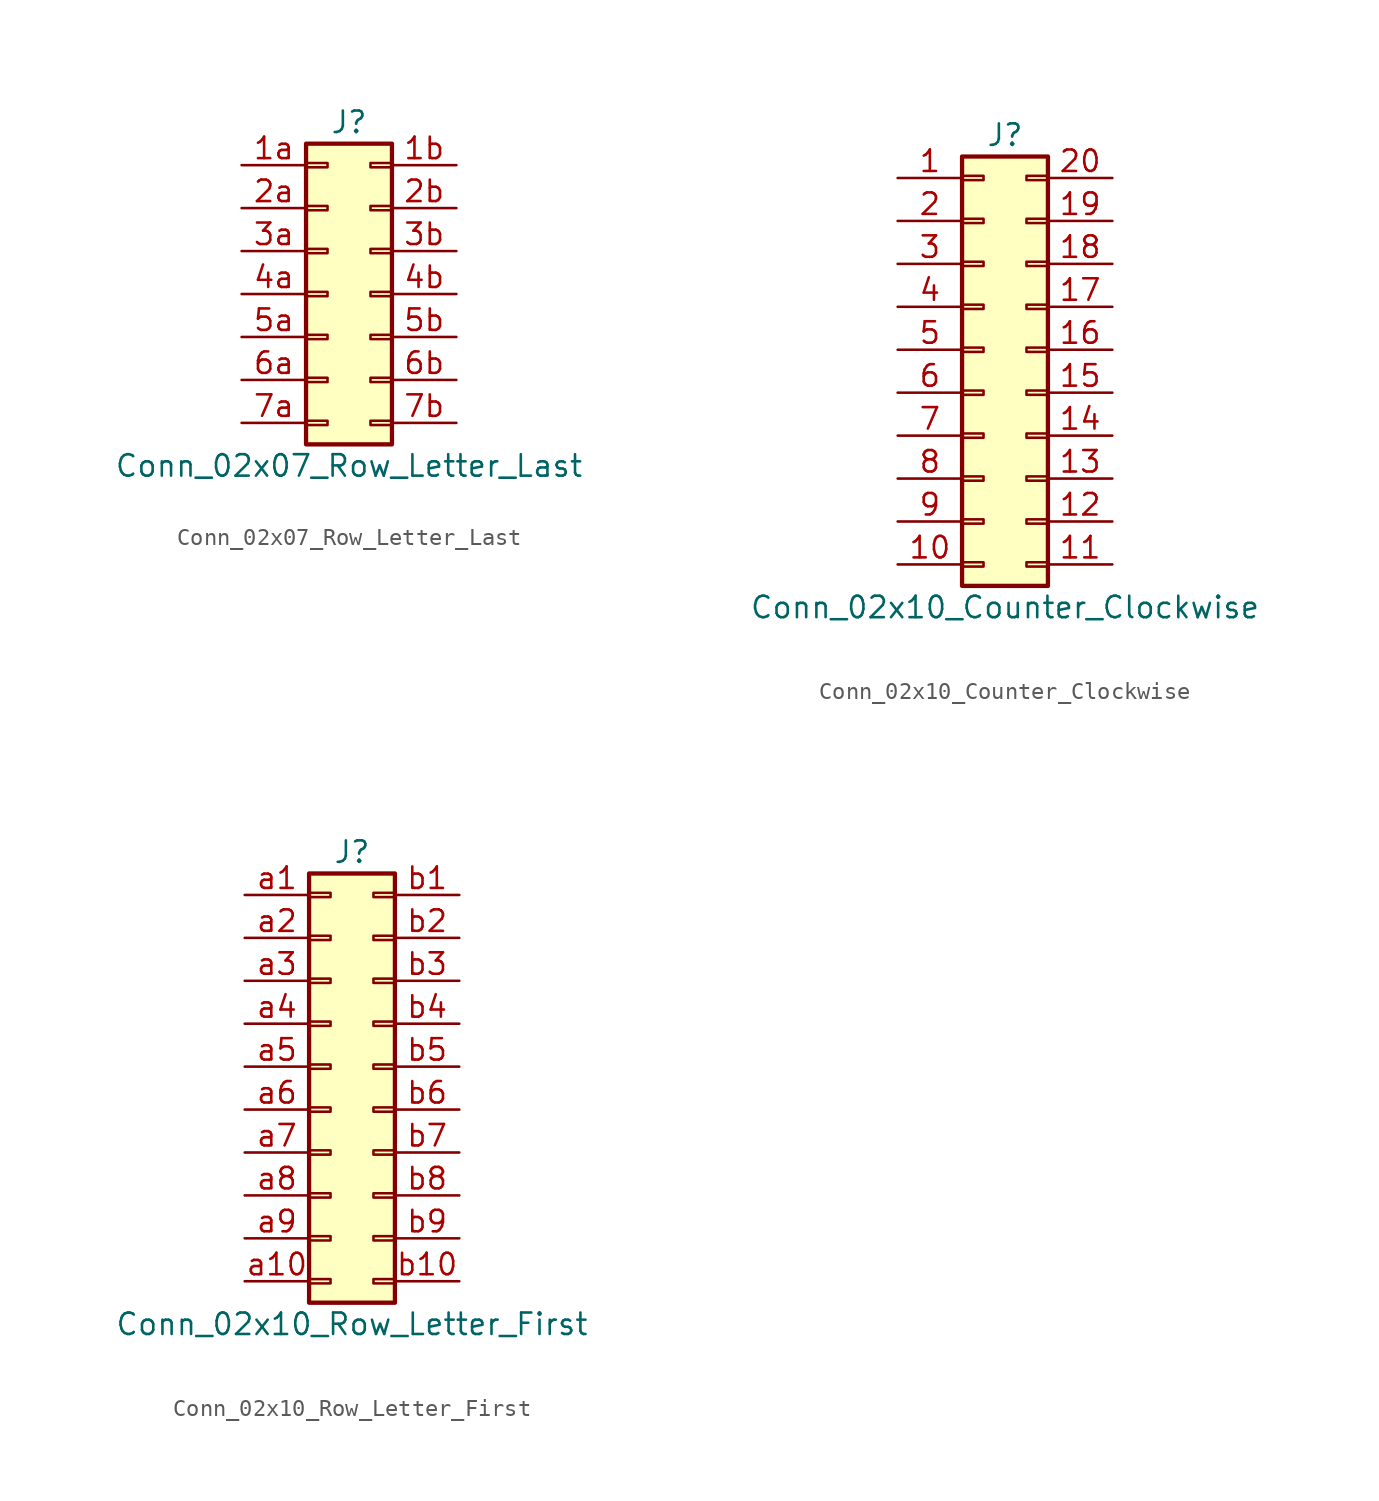
<source format=kicad_sym>
(kicad_symbol_lib
  (version 20201005)
  (generator kicad_symbol_editor)
  (symbol "Conn_02x07_Row_Letter_Last"
    (pin_names
      (offset 1.016) hide)
    (property "Reference" "J"
      (at 1.27 10.16 0)
      (effects (font (size 1.27 1.27))))
    (property "Value" "Conn_02x07_Row_Letter_Last"
      (at 1.27 -10.16 0)
      (effects (font (size 1.27 1.27))))
    (symbol "Conn_02x07_Row_Letter_Last_1_1"
      (rectangle (start -1.27 -7.493) (end 0 -7.747) (stroke (width 0.152)) (fill (type none)))
      (rectangle (start -1.27 -4.953) (end 0 -5.207) (stroke (width 0.152)) (fill (type none)))
      (rectangle (start -1.27 -2.413) (end 0 -2.667) (stroke (width 0.152)) (fill (type none)))
      (rectangle (start -1.27 0.127) (end 0 -0.127) (stroke (width 0.152)) (fill (type none)))
      (rectangle (start -1.27 2.667) (end 0 2.413) (stroke (width 0.152)) (fill (type none)))
      (rectangle (start -1.27 5.207) (end 0 4.953) (stroke (width 0.152)) (fill (type none)))
      (rectangle (start -1.27 7.747) (end 0 7.493) (stroke (width 0.152)) (fill (type none)))
      (rectangle (start -1.27 8.89) (end 3.81 -8.89) (stroke (width 0.254)) (fill (type background)))
      (rectangle (start 3.81 -7.493) (end 2.54 -7.747) (stroke (width 0.152)) (fill (type none)))
      (rectangle (start 3.81 -4.953) (end 2.54 -5.207) (stroke (width 0.152)) (fill (type none)))
      (rectangle (start 3.81 -2.413) (end 2.54 -2.667) (stroke (width 0.152)) (fill (type none)))
      (rectangle (start 3.81 0.127) (end 2.54 -0.127) (stroke (width 0.152)) (fill (type none)))
      (rectangle (start 3.81 2.667) (end 2.54 2.413) (stroke (width 0.152)) (fill (type none)))
      (rectangle (start 3.81 5.207) (end 2.54 4.953) (stroke (width 0.152)) (fill (type none)))
      (rectangle (start 3.81 7.747) (end 2.54 7.493) (stroke (width 0.152)) (fill (type none)))
      (pin passive line (at -5.08 7.62 0) (length 3.81) (name "Pin_1a" (effects (font (size 1.27 1.27)))) (number "1a" (effects (font (size 1.27 1.27)))))
      (pin passive line (at 7.62 7.62 180) (length 3.81) (name "Pin_1b" (effects (font (size 1.27 1.27)))) (number "1b" (effects (font (size 1.27 1.27)))))
      (pin passive line (at -5.08 5.08 0) (length 3.81) (name "Pin_2a" (effects (font (size 1.27 1.27)))) (number "2a" (effects (font (size 1.27 1.27)))))
      (pin passive line (at 7.62 5.08 180) (length 3.81) (name "Pin_2b" (effects (font (size 1.27 1.27)))) (number "2b" (effects (font (size 1.27 1.27)))))
      (pin passive line (at -5.08 2.54 0) (length 3.81) (name "Pin_3a" (effects (font (size 1.27 1.27)))) (number "3a" (effects (font (size 1.27 1.27)))))
      (pin passive line (at 7.62 2.54 180) (length 3.81) (name "Pin_3b" (effects (font (size 1.27 1.27)))) (number "3b" (effects (font (size 1.27 1.27)))))
      (pin passive line (at -5.08 0 0) (length 3.81) (name "Pin_4a" (effects (font (size 1.27 1.27)))) (number "4a" (effects (font (size 1.27 1.27)))))
      (pin passive line (at 7.62 0 180) (length 3.81) (name "Pin_4b" (effects (font (size 1.27 1.27)))) (number "4b" (effects (font (size 1.27 1.27)))))
      (pin passive line (at -5.08 -2.54 0) (length 3.81) (name "Pin_5a" (effects (font (size 1.27 1.27)))) (number "5a" (effects (font (size 1.27 1.27)))))
      (pin passive line (at 7.62 -2.54 180) (length 3.81) (name "Pin_5b" (effects (font (size 1.27 1.27)))) (number "5b" (effects (font (size 1.27 1.27)))))
      (pin passive line (at -5.08 -5.08 0) (length 3.81) (name "Pin_6a" (effects (font (size 1.27 1.27)))) (number "6a" (effects (font (size 1.27 1.27)))))
      (pin passive line (at 7.62 -5.08 180) (length 3.81) (name "Pin_6b" (effects (font (size 1.27 1.27)))) (number "6b" (effects (font (size 1.27 1.27)))))
      (pin passive line (at -5.08 -7.62 0) (length 3.81) (name "Pin_7a" (effects (font (size 1.27 1.27)))) (number "7a" (effects (font (size 1.27 1.27)))))
      (pin passive line (at 7.62 -7.62 180) (length 3.81) (name "Pin_7b" (effects (font (size 1.27 1.27)))) (number "7b" (effects (font (size 1.27 1.27)))))))
  (symbol "Conn_02x10_Counter_Clockwise"
    (pin_names
      (offset 1.016) hide)
    (property "Reference" "J"
      (at 1.27 12.7 0)
      (effects (font (size 1.27 1.27))))
    (property "Value" "Conn_02x10_Counter_Clockwise"
      (at 1.27 -15.24 0)
      (effects (font (size 1.27 1.27))))
    (symbol "Conn_02x10_Counter_Clockwise_1_1"
      (rectangle (start -1.27 -12.573) (end 0 -12.827) (stroke (width 0.152)) (fill (type none)))
      (rectangle (start -1.27 -10.033) (end 0 -10.287) (stroke (width 0.152)) (fill (type none)))
      (rectangle (start -1.27 -7.493) (end 0 -7.747) (stroke (width 0.152)) (fill (type none)))
      (rectangle (start -1.27 -4.953) (end 0 -5.207) (stroke (width 0.152)) (fill (type none)))
      (rectangle (start -1.27 -2.413) (end 0 -2.667) (stroke (width 0.152)) (fill (type none)))
      (rectangle (start -1.27 0.127) (end 0 -0.127) (stroke (width 0.152)) (fill (type none)))
      (rectangle (start -1.27 2.667) (end 0 2.413) (stroke (width 0.152)) (fill (type none)))
      (rectangle (start -1.27 5.207) (end 0 4.953) (stroke (width 0.152)) (fill (type none)))
      (rectangle (start -1.27 7.747) (end 0 7.493) (stroke (width 0.152)) (fill (type none)))
      (rectangle (start -1.27 10.287) (end 0 10.033) (stroke (width 0.152)) (fill (type none)))
      (rectangle (start -1.27 11.43) (end 3.81 -13.97) (stroke (width 0.254)) (fill (type background)))
      (rectangle (start 3.81 -12.573) (end 2.54 -12.827) (stroke (width 0.152)) (fill (type none)))
      (rectangle (start 3.81 -10.033) (end 2.54 -10.287) (stroke (width 0.152)) (fill (type none)))
      (rectangle (start 3.81 -7.493) (end 2.54 -7.747) (stroke (width 0.152)) (fill (type none)))
      (rectangle (start 3.81 -4.953) (end 2.54 -5.207) (stroke (width 0.152)) (fill (type none)))
      (rectangle (start 3.81 -2.413) (end 2.54 -2.667) (stroke (width 0.152)) (fill (type none)))
      (rectangle (start 3.81 0.127) (end 2.54 -0.127) (stroke (width 0.152)) (fill (type none)))
      (rectangle (start 3.81 2.667) (end 2.54 2.413) (stroke (width 0.152)) (fill (type none)))
      (rectangle (start 3.81 5.207) (end 2.54 4.953) (stroke (width 0.152)) (fill (type none)))
      (rectangle (start 3.81 7.747) (end 2.54 7.493) (stroke (width 0.152)) (fill (type none)))
      (rectangle (start 3.81 10.287) (end 2.54 10.033) (stroke (width 0.152)) (fill (type none)))
      (pin passive line (at -5.08 10.16 0) (length 3.81) (name "Pin_1" (effects (font (size 1.27 1.27)))) (number "1" (effects (font (size 1.27 1.27)))))
      (pin passive line (at -5.08 -12.7 0) (length 3.81) (name "Pin_10" (effects (font (size 1.27 1.27)))) (number "10" (effects (font (size 1.27 1.27)))))
      (pin passive line (at 7.62 -12.7 180) (length 3.81) (name "Pin_11" (effects (font (size 1.27 1.27)))) (number "11" (effects (font (size 1.27 1.27)))))
      (pin passive line (at 7.62 -10.16 180) (length 3.81) (name "Pin_12" (effects (font (size 1.27 1.27)))) (number "12" (effects (font (size 1.27 1.27)))))
      (pin passive line (at 7.62 -7.62 180) (length 3.81) (name "Pin_13" (effects (font (size 1.27 1.27)))) (number "13" (effects (font (size 1.27 1.27)))))
      (pin passive line (at 7.62 -5.08 180) (length 3.81) (name "Pin_14" (effects (font (size 1.27 1.27)))) (number "14" (effects (font (size 1.27 1.27)))))
      (pin passive line (at 7.62 -2.54 180) (length 3.81) (name "Pin_15" (effects (font (size 1.27 1.27)))) (number "15" (effects (font (size 1.27 1.27)))))
      (pin passive line (at 7.62 0 180) (length 3.81) (name "Pin_16" (effects (font (size 1.27 1.27)))) (number "16" (effects (font (size 1.27 1.27)))))
      (pin passive line (at 7.62 2.54 180) (length 3.81) (name "Pin_17" (effects (font (size 1.27 1.27)))) (number "17" (effects (font (size 1.27 1.27)))))
      (pin passive line (at 7.62 5.08 180) (length 3.81) (name "Pin_18" (effects (font (size 1.27 1.27)))) (number "18" (effects (font (size 1.27 1.27)))))
      (pin passive line (at 7.62 7.62 180) (length 3.81) (name "Pin_19" (effects (font (size 1.27 1.27)))) (number "19" (effects (font (size 1.27 1.27)))))
      (pin passive line (at -5.08 7.62 0) (length 3.81) (name "Pin_2" (effects (font (size 1.27 1.27)))) (number "2" (effects (font (size 1.27 1.27)))))
      (pin passive line (at 7.62 10.16 180) (length 3.81) (name "Pin_20" (effects (font (size 1.27 1.27)))) (number "20" (effects (font (size 1.27 1.27)))))
      (pin passive line (at -5.08 5.08 0) (length 3.81) (name "Pin_3" (effects (font (size 1.27 1.27)))) (number "3" (effects (font (size 1.27 1.27)))))
      (pin passive line (at -5.08 2.54 0) (length 3.81) (name "Pin_4" (effects (font (size 1.27 1.27)))) (number "4" (effects (font (size 1.27 1.27)))))
      (pin passive line (at -5.08 0 0) (length 3.81) (name "Pin_5" (effects (font (size 1.27 1.27)))) (number "5" (effects (font (size 1.27 1.27)))))
      (pin passive line (at -5.08 -2.54 0) (length 3.81) (name "Pin_6" (effects (font (size 1.27 1.27)))) (number "6" (effects (font (size 1.27 1.27)))))
      (pin passive line (at -5.08 -5.08 0) (length 3.81) (name "Pin_7" (effects (font (size 1.27 1.27)))) (number "7" (effects (font (size 1.27 1.27)))))
      (pin passive line (at -5.08 -7.62 0) (length 3.81) (name "Pin_8" (effects (font (size 1.27 1.27)))) (number "8" (effects (font (size 1.27 1.27)))))
      (pin passive line (at -5.08 -10.16 0) (length 3.81) (name "Pin_9" (effects (font (size 1.27 1.27)))) (number "9" (effects (font (size 1.27 1.27)))))))
  (symbol "Conn_02x10_Row_Letter_First"
    (pin_names
      (offset 1.016) hide)
    (property "Reference" "J"
      (at 1.27 12.7 0)
      (effects (font (size 1.27 1.27))))
    (property "Value" "Conn_02x10_Row_Letter_First"
      (at 1.27 -15.24 0)
      (effects (font (size 1.27 1.27))))
    (symbol "Conn_02x10_Row_Letter_First_1_1"
      (rectangle (start -1.27 -12.573) (end 0 -12.827) (stroke (width 0.152)) (fill (type none)))
      (rectangle (start -1.27 -10.033) (end 0 -10.287) (stroke (width 0.152)) (fill (type none)))
      (rectangle (start -1.27 -7.493) (end 0 -7.747) (stroke (width 0.152)) (fill (type none)))
      (rectangle (start -1.27 -4.953) (end 0 -5.207) (stroke (width 0.152)) (fill (type none)))
      (rectangle (start -1.27 -2.413) (end 0 -2.667) (stroke (width 0.152)) (fill (type none)))
      (rectangle (start -1.27 0.127) (end 0 -0.127) (stroke (width 0.152)) (fill (type none)))
      (rectangle (start -1.27 2.667) (end 0 2.413) (stroke (width 0.152)) (fill (type none)))
      (rectangle (start -1.27 5.207) (end 0 4.953) (stroke (width 0.152)) (fill (type none)))
      (rectangle (start -1.27 7.747) (end 0 7.493) (stroke (width 0.152)) (fill (type none)))
      (rectangle (start -1.27 10.287) (end 0 10.033) (stroke (width 0.152)) (fill (type none)))
      (rectangle (start -1.27 11.43) (end 3.81 -13.97) (stroke (width 0.254)) (fill (type background)))
      (rectangle (start 3.81 -12.573) (end 2.54 -12.827) (stroke (width 0.152)) (fill (type none)))
      (rectangle (start 3.81 -10.033) (end 2.54 -10.287) (stroke (width 0.152)) (fill (type none)))
      (rectangle (start 3.81 -7.493) (end 2.54 -7.747) (stroke (width 0.152)) (fill (type none)))
      (rectangle (start 3.81 -4.953) (end 2.54 -5.207) (stroke (width 0.152)) (fill (type none)))
      (rectangle (start 3.81 -2.413) (end 2.54 -2.667) (stroke (width 0.152)) (fill (type none)))
      (rectangle (start 3.81 0.127) (end 2.54 -0.127) (stroke (width 0.152)) (fill (type none)))
      (rectangle (start 3.81 2.667) (end 2.54 2.413) (stroke (width 0.152)) (fill (type none)))
      (rectangle (start 3.81 5.207) (end 2.54 4.953) (stroke (width 0.152)) (fill (type none)))
      (rectangle (start 3.81 7.747) (end 2.54 7.493) (stroke (width 0.152)) (fill (type none)))
      (rectangle (start 3.81 10.287) (end 2.54 10.033) (stroke (width 0.152)) (fill (type none)))
      (pin passive line (at -5.08 10.16 0) (length 3.81) (name "Pin_a1" (effects (font (size 1.27 1.27)))) (number "a1" (effects (font (size 1.27 1.27)))))
      (pin passive line (at -5.08 -12.7 0) (length 3.81) (name "Pin_a10" (effects (font (size 1.27 1.27)))) (number "a10" (effects (font (size 1.27 1.27)))))
      (pin passive line (at -5.08 7.62 0) (length 3.81) (name "Pin_a2" (effects (font (size 1.27 1.27)))) (number "a2" (effects (font (size 1.27 1.27)))))
      (pin passive line (at -5.08 5.08 0) (length 3.81) (name "Pin_a3" (effects (font (size 1.27 1.27)))) (number "a3" (effects (font (size 1.27 1.27)))))
      (pin passive line (at -5.08 2.54 0) (length 3.81) (name "Pin_a4" (effects (font (size 1.27 1.27)))) (number "a4" (effects (font (size 1.27 1.27)))))
      (pin passive line (at -5.08 0 0) (length 3.81) (name "Pin_a5" (effects (font (size 1.27 1.27)))) (number "a5" (effects (font (size 1.27 1.27)))))
      (pin passive line (at -5.08 -2.54 0) (length 3.81) (name "Pin_a6" (effects (font (size 1.27 1.27)))) (number "a6" (effects (font (size 1.27 1.27)))))
      (pin passive line (at -5.08 -5.08 0) (length 3.81) (name "Pin_a7" (effects (font (size 1.27 1.27)))) (number "a7" (effects (font (size 1.27 1.27)))))
      (pin passive line (at -5.08 -7.62 0) (length 3.81) (name "Pin_a8" (effects (font (size 1.27 1.27)))) (number "a8" (effects (font (size 1.27 1.27)))))
      (pin passive line (at -5.08 -10.16 0) (length 3.81) (name "Pin_a9" (effects (font (size 1.27 1.27)))) (number "a9" (effects (font (size 1.27 1.27)))))
      (pin passive line (at 7.62 10.16 180) (length 3.81) (name "Pin_b1" (effects (font (size 1.27 1.27)))) (number "b1" (effects (font (size 1.27 1.27)))))
      (pin passive line (at 7.62 -12.7 180) (length 3.81) (name "Pin_b10" (effects (font (size 1.27 1.27)))) (number "b10" (effects (font (size 1.27 1.27)))))
      (pin passive line (at 7.62 7.62 180) (length 3.81) (name "Pin_b2" (effects (font (size 1.27 1.27)))) (number "b2" (effects (font (size 1.27 1.27)))))
      (pin passive line (at 7.62 5.08 180) (length 3.81) (name "Pin_b3" (effects (font (size 1.27 1.27)))) (number "b3" (effects (font (size 1.27 1.27)))))
      (pin passive line (at 7.62 2.54 180) (length 3.81) (name "Pin_b4" (effects (font (size 1.27 1.27)))) (number "b4" (effects (font (size 1.27 1.27)))))
      (pin passive line (at 7.62 0 180) (length 3.81) (name "Pin_b5" (effects (font (size 1.27 1.27)))) (number "b5" (effects (font (size 1.27 1.27)))))
      (pin passive line (at 7.62 -2.54 180) (length 3.81) (name "Pin_b6" (effects (font (size 1.27 1.27)))) (number "b6" (effects (font (size 1.27 1.27)))))
      (pin passive line (at 7.62 -5.08 180) (length 3.81) (name "Pin_b7" (effects (font (size 1.27 1.27)))) (number "b7" (effects (font (size 1.27 1.27)))))
      (pin passive line (at 7.62 -7.62 180) (length 3.81) (name "Pin_b8" (effects (font (size 1.27 1.27)))) (number "b8" (effects (font (size 1.27 1.27)))))
      (pin passive line (at 7.62 -10.16 180) (length 3.81) (name "Pin_b9" (effects (font (size 1.27 1.27)))) (number "b9" (effects (font (size 1.27 1.27))))))))
</source>
